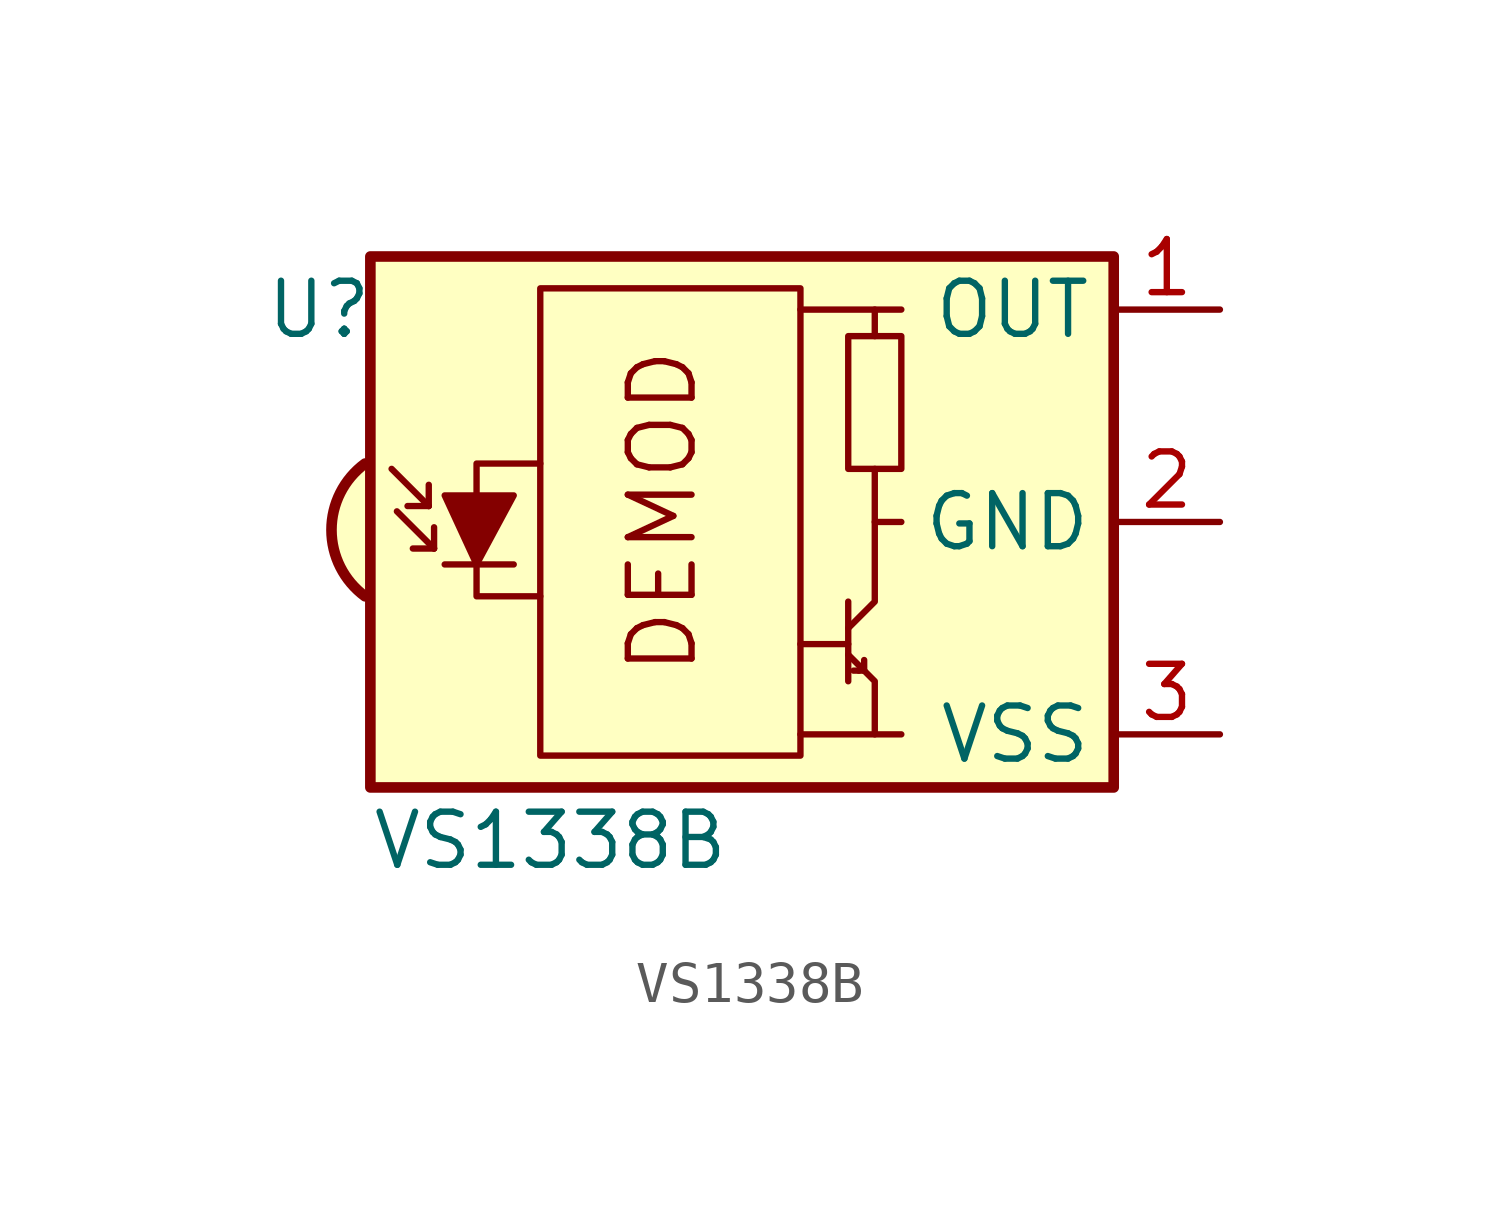
<source format=kicad_sym>
(kicad_symbol_lib
  (version 20211014)
  (generator kicad_symbol_editor)
  (symbol "VS1338B"
    (property "Reference" "U"
      (at -12.7 5.08 0)
      (effects (font (size 1.27 1.27)) (justify left)))
    (property "Value" "VS1338B"
      (at -10.16 -7.62 0)
      (effects (font (size 1.27 1.27)) (justify left)))
    (symbol "VS1338B_0_0"
      (arc (start -10.287 1.397) (mid -11.0899 -0.1905) (end -10.287 -1.778) (stroke (width 0.254) (type default) (color 0 0 0 0)) (fill (type background)))
      (polyline (pts (xy 1.905 -5.08) (xy 0.127 -5.08)) (stroke (width 0) (type default) (color 0 0 0 0)) (fill (type none)))
      (polyline (pts (xy 1.905 5.08) (xy 0.127 5.08)) (stroke (width 0) (type default) (color 0 0 0 0)) (fill (type none)))
      (text "DEMOD" (at -3.175 0.254 900) (effects (font (size 1.524 1.524)))))
    (symbol "VS1338B_0_1"
      (rectangle (start -6.096 5.588) (end 0.127 -5.588) (stroke (width 0) (type default) (color 0 0 0 0)) (fill (type none)))
      (polyline (pts (xy -8.763 0.381) (xy -9.652 1.27)) (stroke (width 0) (type default) (color 0 0 0 0)) (fill (type none)))
      (polyline (pts (xy -8.763 0.381) (xy -9.271 0.381)) (stroke (width 0) (type default) (color 0 0 0 0)) (fill (type none)))
      (polyline (pts (xy -8.763 0.381) (xy -8.763 0.889)) (stroke (width 0) (type default) (color 0 0 0 0)) (fill (type none)))
      (polyline (pts (xy -8.636 -0.635) (xy -9.525 0.254)) (stroke (width 0) (type default) (color 0 0 0 0)) (fill (type none)))
      (polyline (pts (xy -8.636 -0.635) (xy -9.144 -0.635)) (stroke (width 0) (type default) (color 0 0 0 0)) (fill (type none)))
      (polyline (pts (xy -8.636 -0.635) (xy -8.636 -0.127)) (stroke (width 0) (type default) (color 0 0 0 0)) (fill (type none)))
      (polyline (pts (xy -8.382 -1.016) (xy -6.731 -1.016)) (stroke (width 0) (type default) (color 0 0 0 0)) (fill (type none)))
      (polyline (pts (xy 1.27 -2.921) (xy 0.127 -2.921)) (stroke (width 0) (type default) (color 0 0 0 0)) (fill (type none)))
      (polyline (pts (xy 1.27 -1.905) (xy 1.27 -3.81)) (stroke (width 0) (type default) (color 0 0 0 0)) (fill (type none)))
      (polyline (pts (xy 1.397 -3.556) (xy 1.524 -3.556)) (stroke (width 0) (type default) (color 0 0 0 0)) (fill (type none)))
      (polyline (pts (xy 1.651 -3.556) (xy 1.524 -3.556)) (stroke (width 0) (type default) (color 0 0 0 0)) (fill (type none)))
      (polyline (pts (xy 1.651 -3.556) (xy 1.651 -3.302)) (stroke (width 0) (type default) (color 0 0 0 0)) (fill (type none)))
      (polyline (pts (xy 1.905 0) (xy 1.905 1.27)) (stroke (width 0) (type default) (color 0 0 0 0)) (fill (type none)))
      (polyline (pts (xy 1.905 4.445) (xy 1.905 5.08) (xy 2.54 5.08)) (stroke (width 0) (type default) (color 0 0 0 0)) (fill (type none)))
      (polyline (pts (xy -8.382 0.635) (xy -6.731 0.635) (xy -7.62 -1.016) (xy -8.382 0.635)) (stroke (width 0) (type default) (color 0 0 0 0)) (fill (type outline)))
      (polyline (pts (xy -6.096 1.397) (xy -7.62 1.397) (xy -7.62 -1.778) (xy -6.096 -1.778)) (stroke (width 0) (type default) (color 0 0 0 0)) (fill (type none)))
      (polyline (pts (xy 1.27 -3.175) (xy 1.905 -3.81) (xy 1.905 -5.08) (xy 2.54 -5.08)) (stroke (width 0) (type default) (color 0 0 0 0)) (fill (type none)))
      (polyline (pts (xy 1.27 -2.54) (xy 1.905 -1.905) (xy 1.905 0) (xy 2.54 0)) (stroke (width 0) (type default) (color 0 0 0 0)) (fill (type none)))
      (rectangle (start 2.54 1.27) (end 1.27 4.445) (stroke (width 0) (type default) (color 0 0 0 0)) (fill (type none)))
      (rectangle (start 7.62 6.35) (end -10.16 -6.35) (stroke (width 0.254) (type default) (color 0 0 0 0)) (fill (type background))))
    (symbol "VS1338B_1_1"
      (pin output line (at 10.16 5.08 180) (length 2.54) (name "OUT" (effects (font (size 1.27 1.27)))) (number "1" (effects (font (size 1.27 1.27)))))
      (pin power_in line (at 10.16 0 180) (length 2.54) (name "GND" (effects (font (size 1.27 1.27)))) (number "2" (effects (font (size 1.27 1.27)))))
      (pin power_in line (at 10.16 -5.08 180) (length 2.54) (name "VSS" (effects (font (size 1.27 1.27)))) (number "3" (effects (font (size 1.27 1.27))))))))
</source>
